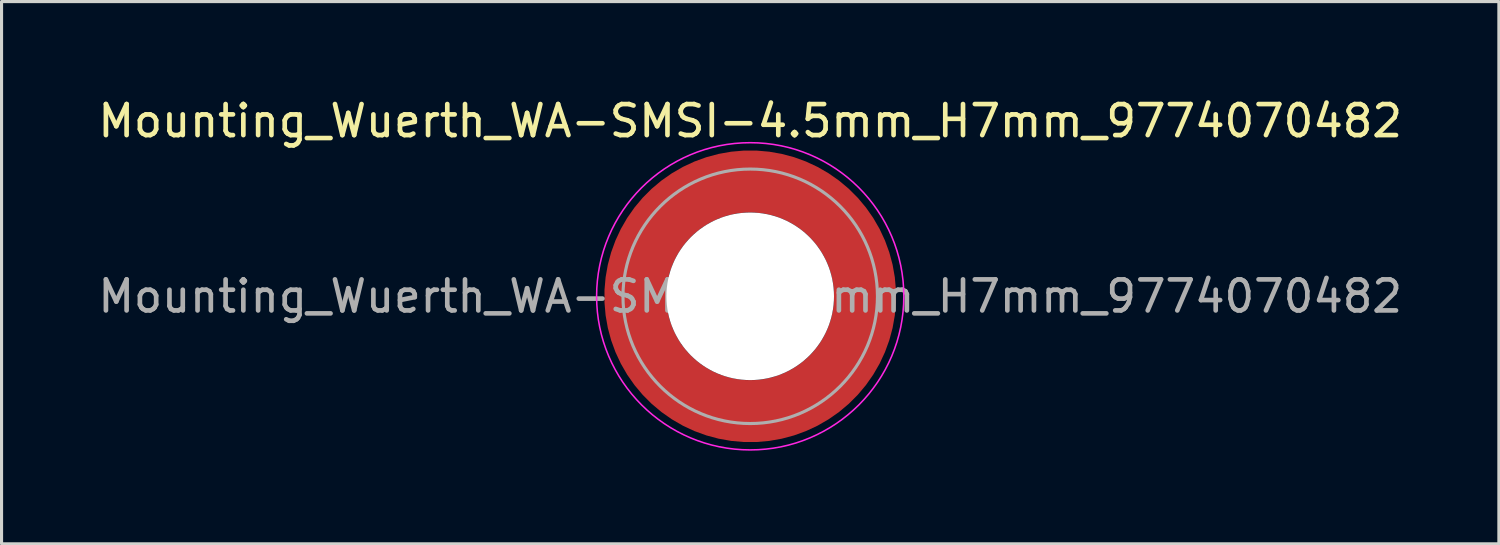
<source format=kicad_pcb>
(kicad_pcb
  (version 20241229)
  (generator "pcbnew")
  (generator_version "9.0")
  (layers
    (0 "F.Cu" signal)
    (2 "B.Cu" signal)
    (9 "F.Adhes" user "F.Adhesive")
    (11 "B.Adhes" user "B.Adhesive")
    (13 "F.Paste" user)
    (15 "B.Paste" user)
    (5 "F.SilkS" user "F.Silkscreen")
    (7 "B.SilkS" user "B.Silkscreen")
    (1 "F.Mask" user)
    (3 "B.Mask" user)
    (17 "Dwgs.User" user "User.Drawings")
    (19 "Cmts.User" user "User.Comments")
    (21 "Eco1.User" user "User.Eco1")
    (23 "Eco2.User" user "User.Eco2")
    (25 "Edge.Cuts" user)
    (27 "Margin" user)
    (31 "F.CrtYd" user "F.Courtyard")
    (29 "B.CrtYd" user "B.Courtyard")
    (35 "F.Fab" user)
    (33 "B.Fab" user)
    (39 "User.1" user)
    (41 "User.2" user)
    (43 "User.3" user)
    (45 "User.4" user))
  (footprint "Mounting_Wuerth_WA-SMSI-4.5mm_H7mm_9774070482"
    (layer "F.Cu")
    (at 21.125 6.498)
    (property "Reference" "Mounting_Wuerth_WA-SMSI-4.5mm_H7mm_9774070482" (at 0 -5.65 0) (layer "F.SilkS") (effects (font (size 1 1) (thickness 0.15))))
    (attr smd allow_soldermask_bridges)
    (fp_circle (center 0 0) (end 4.95 0) (stroke (width 0.05) (type solid)) (fill no) (layer "F.CrtYd"))
    (fp_circle (center 0 0) (end 4.1 0) (stroke (width 0.1) (type solid)) (fill no) (layer "F.Fab"))
    (fp_text user "${REFERENCE}" (at 0 0 0) (layer "F.Fab") (effects (font (size 1 1) (thickness 0.15))))
    (pad "" smd custom (at -2.607 -2.607) (size 0.948 0.948) (layers "F.Paste") (options (anchor circle)) (primitives (gr_arc (start -0.188183 2.107456) (mid 0.599273 0.599273) (end 2.107456 -0.188183) (width 0.2)) (gr_arc (start -0.289416 2.107456) (mid 0.52877 0.52877) (end 2.107456 -0.289416) (width 0.2)) (gr_arc (start -0.390547 2.107456) (mid 0.458268 0.458268) (end 2.107456 -0.390547) (width 0.2)) (gr_arc (start -0.491585 2.107456) (mid 0.387765 0.387765) (end 2.107456 -0.491585) (width 0.2)) (gr_arc (start -0.59254 2.107456) (mid 0.317262 0.317262) (end 2.107456 -0.59254) (width 0.2)) (gr_arc (start -0.693419 2.107456) (mid 0.246759 0.246759) (end 2.107456 -0.693419) (width 0.2)) (gr_arc (start -0.794229 2.107456) (mid 0.176257 0.176257) (end 2.107456 -0.794229) (width 0.2)) (gr_arc (start -0.894975 2.107456) (mid 0.105754 0.105754) (end 2.107456 -0.894975) (width 0.2)) (gr_arc (start -0.995664 2.107456) (mid 0.035251 0.035251) (end 2.107456 -0.995664) (width 0.2)) (gr_arc (start -1.0963 2.107456) (mid -0.035251 -0.035251) (end 2.107456 -1.0963) (width 0.2)) (gr_arc (start -1.196886 2.107456) (mid -0.105754 -0.105754) (end 2.107456 -1.196886) (width 0.2)) (gr_arc (start -1.297427 2.107456) (mid -0.176257 -0.176257) (end 2.107456 -1.297427) (width 0.2)) (gr_arc (start -1.397927 2.107456) (mid -0.246759 -0.246759) (end 2.107456 -1.397927) (width 0.2)) (gr_arc (start -1.498388 2.107456) (mid -0.317262 -0.317262) (end 2.107456 -1.498388) (width 0.2)) (gr_arc (start -1.598813 2.107456) (mid -0.387765 -0.387765) (end 2.107456 -1.598813) (width 0.2)) (gr_arc (start -1.699204 2.107456) (mid -0.458268 -0.458268) (end 2.107456 -1.699204) (width 0.2)) (gr_arc (start -1.799565 2.107456) (mid -0.52877 -0.52877) (end 2.107456 -1.799565) (width 0.2)) (gr_arc (start -1.899896 2.107456) (mid -0.599273 -0.599273) (end 2.107456 -1.899896) (width 0.2)) (gr_arc (start -1.899896 2.107456) (mid -0.599273 -0.599273) (end 2.107456 -1.899896) (width 0.2)) (gr_line (start 2.107 -0.188) (end 2.107 -1.9) (width 0.2)) (gr_line (start -0.188 2.107) (end -1.9 2.107) (width 0.2))))
    (pad "" smd custom (at -2.607 2.607) (size 0.948 0.948) (layers "F.Paste") (options (anchor circle)) (primitives (gr_arc (start 2.107456 0.188183) (mid 0.599273 -0.599273) (end -0.188183 -2.107456) (width 0.2)) (gr_arc (start 2.107456 0.289416) (mid 0.52877 -0.52877) (end -0.289416 -2.107456) (width 0.2)) (gr_arc (start 2.107456 0.390547) (mid 0.458268 -0.458268) (end -0.390547 -2.107456) (width 0.2)) (gr_arc (start 2.107456 0.491585) (mid 0.387765 -0.387765) (end -0.491585 -2.107456) (width 0.2)) (gr_arc (start 2.107456 0.59254) (mid 0.317262 -0.317262) (end -0.59254 -2.107456) (width 0.2)) (gr_arc (start 2.107456 0.693419) (mid 0.246759 -0.246759) (end -0.693419 -2.107456) (width 0.2)) (gr_arc (start 2.107456 0.794229) (mid 0.176257 -0.176257) (end -0.794229 -2.107456) (width 0.2)) (gr_arc (start 2.107456 0.894975) (mid 0.105754 -0.105754) (end -0.894975 -2.107456) (width 0.2)) (gr_arc (start 2.107456 0.995664) (mid 0.035251 -0.035251) (end -0.995664 -2.107456) (width 0.2)) (gr_arc (start 2.107456 1.0963) (mid -0.035251 0.035251) (end -1.0963 -2.107456) (width 0.2)) (gr_arc (start 2.107456 1.196886) (mid -0.105754 0.105754) (end -1.196886 -2.107456) (width 0.2)) (gr_arc (start 2.107456 1.297427) (mid -0.176257 0.176257) (end -1.297427 -2.107456) (width 0.2)) (gr_arc (start 2.107456 1.397927) (mid -0.246759 0.246759) (end -1.397927 -2.107456) (width 0.2)) (gr_arc (start 2.107456 1.498388) (mid -0.317262 0.317262) (end -1.498388 -2.107456) (width 0.2)) (gr_arc (start 2.107456 1.598813) (mid -0.387765 0.387765) (end -1.598813 -2.107456) (width 0.2)) (gr_arc (start 2.107456 1.699204) (mid -0.458268 0.458268) (end -1.699204 -2.107456) (width 0.2)) (gr_arc (start 2.107456 1.799565) (mid -0.52877 0.52877) (end -1.799565 -2.107456) (width 0.2)) (gr_arc (start 2.107456 1.899896) (mid -0.599273 0.599273) (end -1.899896 -2.107456) (width 0.2)) (gr_arc (start 2.107456 1.899896) (mid -0.599273 0.599273) (end -1.899896 -2.107456) (width 0.2)) (gr_line (start -0.188 -2.107) (end -1.9 -2.107) (width 0.2)) (gr_line (start 2.107 0.188) (end 2.107 1.9) (width 0.2))))
    (pad "" np_thru_hole circle (at 0 0) (size 5.4 5.4) (drill 5.4) (layers "*.Cu" "*.Mask"))
    (pad "" smd custom (at 2.607 -2.607) (size 0.948 0.948) (layers "F.Paste") (options (anchor circle)) (primitives (gr_arc (start -2.107456 -0.188183) (mid -0.599273 0.599273) (end 0.188183 2.107456) (width 0.2)) (gr_arc (start -2.107456 -0.289416) (mid -0.52877 0.52877) (end 0.289416 2.107456) (width 0.2)) (gr_arc (start -2.107456 -0.390547) (mid -0.458268 0.458268) (end 0.390547 2.107456) (width 0.2)) (gr_arc (start -2.107456 -0.491585) (mid -0.387765 0.387765) (end 0.491585 2.107456) (width 0.2)) (gr_arc (start -2.107456 -0.59254) (mid -0.317262 0.317262) (end 0.59254 2.107456) (width 0.2)) (gr_arc (start -2.107456 -0.693419) (mid -0.246759 0.246759) (end 0.693419 2.107456) (width 0.2)) (gr_arc (start -2.107456 -0.794229) (mid -0.176257 0.176257) (end 0.794229 2.107456) (width 0.2)) (gr_arc (start -2.107456 -0.894975) (mid -0.105754 0.105754) (end 0.894975 2.107456) (width 0.2)) (gr_arc (start -2.107456 -0.995664) (mid -0.035251 0.035251) (end 0.995664 2.107456) (width 0.2)) (gr_arc (start -2.107456 -1.0963) (mid 0.035251 -0.035251) (end 1.0963 2.107456) (width 0.2)) (gr_arc (start -2.107456 -1.196886) (mid 0.105754 -0.105754) (end 1.196886 2.107456) (width 0.2)) (gr_arc (start -2.107456 -1.297427) (mid 0.176257 -0.176257) (end 1.297427 2.107456) (width 0.2)) (gr_arc (start -2.107456 -1.397927) (mid 0.246759 -0.246759) (end 1.397927 2.107456) (width 0.2)) (gr_arc (start -2.107456 -1.498388) (mid 0.317262 -0.317262) (end 1.498388 2.107456) (width 0.2)) (gr_arc (start -2.107456 -1.598813) (mid 0.387765 -0.387765) (end 1.598813 2.107456) (width 0.2)) (gr_arc (start -2.107456 -1.699204) (mid 0.458268 -0.458268) (end 1.699204 2.107456) (width 0.2)) (gr_arc (start -2.107456 -1.799565) (mid 0.52877 -0.52877) (end 1.799565 2.107456) (width 0.2)) (gr_arc (start -2.107456 -1.899896) (mid 0.599273 -0.599273) (end 1.899896 2.107456) (width 0.2)) (gr_arc (start -2.107456 -1.899896) (mid 0.599273 -0.599273) (end 1.899896 2.107456) (width 0.2)) (gr_line (start 0.188 2.107) (end 1.9 2.107) (width 0.2)) (gr_line (start -2.107 -0.188) (end -2.107 -1.9) (width 0.2))))
    (pad "" smd custom (at 2.607 2.607) (size 0.948 0.948) (layers "F.Paste") (options (anchor circle)) (primitives (gr_arc (start 0.188183 -2.107456) (mid -0.599273 -0.599273) (end -2.107456 0.188183) (width 0.2)) (gr_arc (start 0.289416 -2.107456) (mid -0.52877 -0.52877) (end -2.107456 0.289416) (width 0.2)) (gr_arc (start 0.390547 -2.107456) (mid -0.458268 -0.458268) (end -2.107456 0.390547) (width 0.2)) (gr_arc (start 0.491585 -2.107456) (mid -0.387765 -0.387765) (end -2.107456 0.491585) (width 0.2)) (gr_arc (start 0.59254 -2.107456) (mid -0.317262 -0.317262) (end -2.107456 0.59254) (width 0.2)) (gr_arc (start 0.693419 -2.107456) (mid -0.246759 -0.246759) (end -2.107456 0.693419) (width 0.2)) (gr_arc (start 0.794229 -2.107456) (mid -0.176257 -0.176257) (end -2.107456 0.794229) (width 0.2)) (gr_arc (start 0.894975 -2.107456) (mid -0.105754 -0.105754) (end -2.107456 0.894975) (width 0.2)) (gr_arc (start 0.995664 -2.107456) (mid -0.035251 -0.035251) (end -2.107456 0.995664) (width 0.2)) (gr_arc (start 1.0963 -2.107456) (mid 0.035251 0.035251) (end -2.107456 1.0963) (width 0.2)) (gr_arc (start 1.196886 -2.107456) (mid 0.105754 0.105754) (end -2.107456 1.196886) (width 0.2)) (gr_arc (start 1.297427 -2.107456) (mid 0.176257 0.176257) (end -2.107456 1.297427) (width 0.2)) (gr_arc (start 1.397927 -2.107456) (mid 0.246759 0.246759) (end -2.107456 1.397927) (width 0.2)) (gr_arc (start 1.498388 -2.107456) (mid 0.317262 0.317262) (end -2.107456 1.498388) (width 0.2)) (gr_arc (start 1.598813 -2.107456) (mid 0.387765 0.387765) (end -2.107456 1.598813) (width 0.2)) (gr_arc (start 1.699204 -2.107456) (mid 0.458268 0.458268) (end -2.107456 1.699204) (width 0.2)) (gr_arc (start 1.799565 -2.107456) (mid 0.52877 0.52877) (end -2.107456 1.799565) (width 0.2)) (gr_arc (start 1.899896 -2.107456) (mid 0.599273 0.599273) (end -2.107456 1.899896) (width 0.2)) (gr_arc (start 1.899896 -2.107456) (mid 0.599273 0.599273) (end -2.107456 1.899896) (width 0.2)) (gr_line (start -2.107 0.188) (end -2.107 1.9) (width 0.2)) (gr_line (start 0.188 -2.107) (end 1.9 -2.107) (width 0.2))))
    (pad "1" smd circle (at -3.7 0) (size 1.492 1.492) (layers "F.Cu"))
    (pad "1" smd circle (at 0 -3.7) (size 1.492 1.492) (layers "F.Cu"))
    (pad "1" smd circle (at 0 3.7) (size 1.492 1.492) (layers "F.Cu"))
    (pad "1" smd custom (at 3.7 0) (size 2 2) (layers "F.Cu" "F.Mask") (options (anchor circle)) (primitives (gr_circle (center -3.7 0) (end 0 0) (width 2) (fill no)))))
  (gr_rect
    (start -3 -3)
    (end 45.25 14.473)
    (stroke (width 0.1) (type default))
    (fill no)
    (layer "Edge.Cuts")))
</source>
